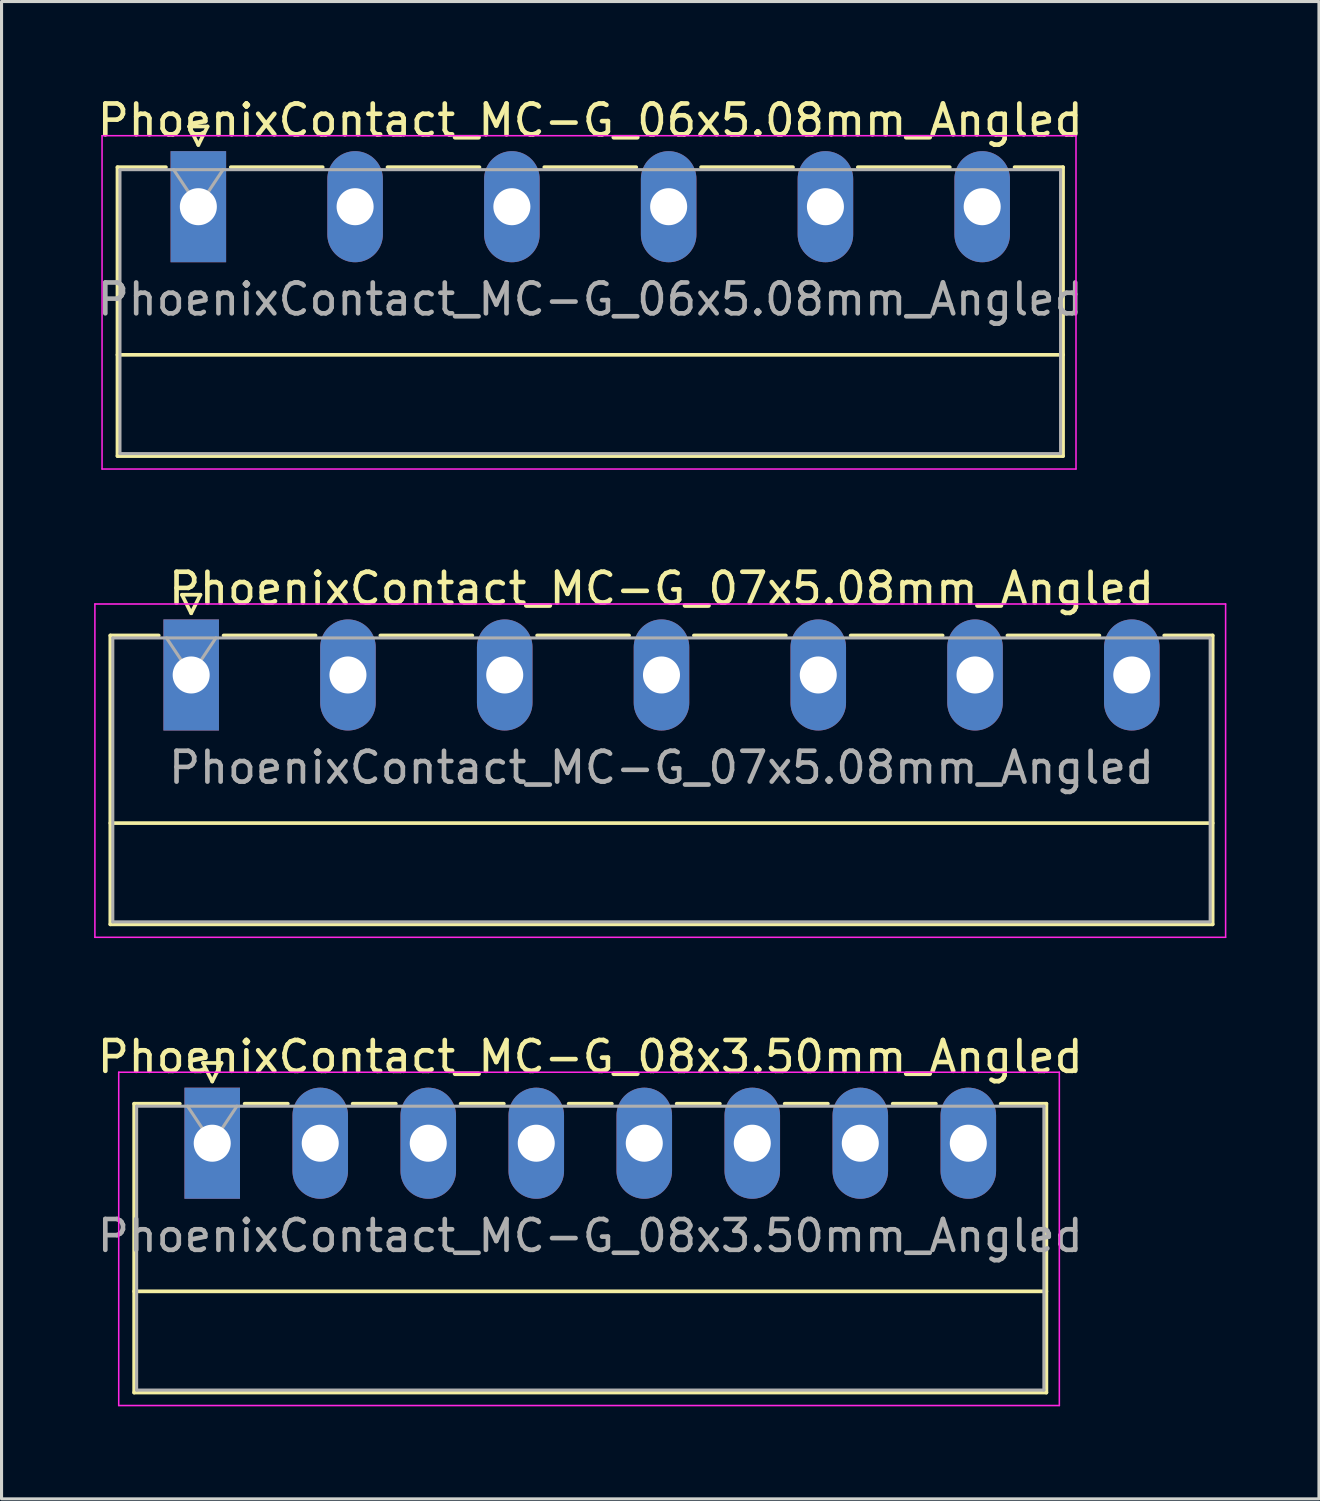
<source format=kicad_pcb>
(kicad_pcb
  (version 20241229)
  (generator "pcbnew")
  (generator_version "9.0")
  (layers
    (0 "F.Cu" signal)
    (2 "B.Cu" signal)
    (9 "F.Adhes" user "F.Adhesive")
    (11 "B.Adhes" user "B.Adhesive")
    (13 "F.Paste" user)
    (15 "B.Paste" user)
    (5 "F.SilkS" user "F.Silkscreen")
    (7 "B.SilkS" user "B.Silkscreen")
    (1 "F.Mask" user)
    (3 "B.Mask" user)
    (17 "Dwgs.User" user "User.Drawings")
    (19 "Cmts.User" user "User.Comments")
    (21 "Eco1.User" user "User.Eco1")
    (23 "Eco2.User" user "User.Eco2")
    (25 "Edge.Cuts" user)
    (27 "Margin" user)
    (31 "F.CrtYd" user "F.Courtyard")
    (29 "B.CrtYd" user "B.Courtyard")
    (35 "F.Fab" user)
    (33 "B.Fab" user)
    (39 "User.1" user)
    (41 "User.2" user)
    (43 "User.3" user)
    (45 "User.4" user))
  (footprint "PhoenixContact_MC-G_08x3.50mm_Angled"
    (layer "F.Cu")
    (at 3.827 33.995)
    (property "Reference" "PhoenixContact_MC-G_08x3.50mm_Angled" (at 12.25 -2.8 0) (layer "F.SilkS") (effects (font (size 1 1) (thickness 0.15))))
    (attr through_hole)
    (fp_line (start -2.53 -1.28) (end -2.53 8.08) (stroke (width 0.12) (type solid)) (layer "F.SilkS"))
    (fp_line (start -2.53 -1.28) (end -1.05 -1.28) (stroke (width 0.12) (type solid)) (layer "F.SilkS"))
    (fp_line (start -2.53 4.8) (end 27.03 4.8) (stroke (width 0.12) (type solid)) (layer "F.SilkS"))
    (fp_line (start -2.53 8.08) (end 27.03 8.08) (stroke (width 0.12) (type solid)) (layer "F.SilkS"))
    (fp_line (start -0.3 -2.6) (end 0.3 -2.6) (stroke (width 0.12) (type solid)) (layer "F.SilkS"))
    (fp_line (start 0 -2) (end -0.3 -2.6) (stroke (width 0.12) (type solid)) (layer "F.SilkS"))
    (fp_line (start 0.3 -2.6) (end 0 -2) (stroke (width 0.12) (type solid)) (layer "F.SilkS"))
    (fp_line (start 1.05 -1.28) (end 2.45 -1.28) (stroke (width 0.12) (type solid)) (layer "F.SilkS"))
    (fp_line (start 4.55 -1.28) (end 5.95 -1.28) (stroke (width 0.12) (type solid)) (layer "F.SilkS"))
    (fp_line (start 8.05 -1.28) (end 9.45 -1.28) (stroke (width 0.12) (type solid)) (layer "F.SilkS"))
    (fp_line (start 11.55 -1.28) (end 12.95 -1.28) (stroke (width 0.12) (type solid)) (layer "F.SilkS"))
    (fp_line (start 15.05 -1.28) (end 16.45 -1.28) (stroke (width 0.12) (type solid)) (layer "F.SilkS"))
    (fp_line (start 18.55 -1.28) (end 19.95 -1.28) (stroke (width 0.12) (type solid)) (layer "F.SilkS"))
    (fp_line (start 22.05 -1.28) (end 23.45 -1.28) (stroke (width 0.12) (type solid)) (layer "F.SilkS"))
    (fp_line (start 27.03 -1.28) (end 25.55 -1.28) (stroke (width 0.12) (type solid)) (layer "F.SilkS"))
    (fp_line (start 27.03 8.08) (end 27.03 -1.28) (stroke (width 0.12) (type solid)) (layer "F.SilkS"))
    (fp_line (start -3.03 -2.3) (end -3.03 8.5) (stroke (width 0.05) (type solid)) (layer "F.CrtYd"))
    (fp_line (start -3.03 8.5) (end 27.45 8.5) (stroke (width 0.05) (type solid)) (layer "F.CrtYd"))
    (fp_line (start 27.45 -2.3) (end -3.03 -2.3) (stroke (width 0.05) (type solid)) (layer "F.CrtYd"))
    (fp_line (start 27.45 8.5) (end 27.45 -2.3) (stroke (width 0.05) (type solid)) (layer "F.CrtYd"))
    (fp_line (start -2.45 -1.2) (end -2.45 8) (stroke (width 0.1) (type solid)) (layer "F.Fab"))
    (fp_line (start -2.45 8) (end 26.95 8) (stroke (width 0.1) (type solid)) (layer "F.Fab"))
    (fp_line (start 0 0) (end -0.8 -1.2) (stroke (width 0.1) (type solid)) (layer "F.Fab"))
    (fp_line (start 0.8 -1.2) (end 0 0) (stroke (width 0.1) (type solid)) (layer "F.Fab"))
    (fp_line (start 26.95 -1.2) (end -2.45 -1.2) (stroke (width 0.1) (type solid)) (layer "F.Fab"))
    (fp_line (start 26.95 8) (end 26.95 -1.2) (stroke (width 0.1) (type solid)) (layer "F.Fab"))
    (fp_text user "${REFERENCE}" (at 12.25 3 0) (layer "F.Fab") (effects (font (size 1 1) (thickness 0.15))))
    (pad "1" thru_hole rect (at 0 0) (size 1.8 3.6) (drill 1.2) (layers "*.Cu" "*.Mask"))
    (pad "2" thru_hole oval (at 3.5 0) (size 1.8 3.6) (drill 1.2) (layers "*.Cu" "*.Mask"))
    (pad "3" thru_hole oval (at 7 0) (size 1.8 3.6) (drill 1.2) (layers "*.Cu" "*.Mask"))
    (pad "4" thru_hole oval (at 10.5 0) (size 1.8 3.6) (drill 1.2) (layers "*.Cu" "*.Mask"))
    (pad "5" thru_hole oval (at 14 0) (size 1.8 3.6) (drill 1.2) (layers "*.Cu" "*.Mask"))
    (pad "6" thru_hole oval (at 17.5 0) (size 1.8 3.6) (drill 1.2) (layers "*.Cu" "*.Mask"))
    (pad "7" thru_hole oval (at 21 0) (size 1.8 3.6) (drill 1.2) (layers "*.Cu" "*.Mask"))
    (pad "8" thru_hole oval (at 24.5 0) (size 1.8 3.6) (drill 1.2) (layers "*.Cu" "*.Mask")))
  (footprint "PhoenixContact_MC-G_07x5.08mm_Angled"
    (layer "F.Cu")
    (at 3.145 18.822)
    (property "Reference" "PhoenixContact_MC-G_07x5.08mm_Angled" (at 15.24 -2.8 0) (layer "F.SilkS") (effects (font (size 1 1) (thickness 0.15))))
    (attr through_hole)
    (fp_line (start -2.62 -1.28) (end -2.62 8.08) (stroke (width 0.12) (type solid)) (layer "F.SilkS"))
    (fp_line (start -2.62 -1.28) (end -1.05 -1.28) (stroke (width 0.12) (type solid)) (layer "F.SilkS"))
    (fp_line (start -2.62 4.8) (end 33.1 4.8) (stroke (width 0.12) (type solid)) (layer "F.SilkS"))
    (fp_line (start -2.62 8.08) (end 33.1 8.08) (stroke (width 0.12) (type solid)) (layer "F.SilkS"))
    (fp_line (start -0.3 -2.6) (end 0.3 -2.6) (stroke (width 0.12) (type solid)) (layer "F.SilkS"))
    (fp_line (start 0 -2) (end -0.3 -2.6) (stroke (width 0.12) (type solid)) (layer "F.SilkS"))
    (fp_line (start 0.3 -2.6) (end 0 -2) (stroke (width 0.12) (type solid)) (layer "F.SilkS"))
    (fp_line (start 1.05 -1.28) (end 4.03 -1.28) (stroke (width 0.12) (type solid)) (layer "F.SilkS"))
    (fp_line (start 6.13 -1.28) (end 9.11 -1.28) (stroke (width 0.12) (type solid)) (layer "F.SilkS"))
    (fp_line (start 11.21 -1.28) (end 14.19 -1.28) (stroke (width 0.12) (type solid)) (layer "F.SilkS"))
    (fp_line (start 16.29 -1.28) (end 19.27 -1.28) (stroke (width 0.12) (type solid)) (layer "F.SilkS"))
    (fp_line (start 21.37 -1.28) (end 24.35 -1.28) (stroke (width 0.12) (type solid)) (layer "F.SilkS"))
    (fp_line (start 26.45 -1.28) (end 29.43 -1.28) (stroke (width 0.12) (type solid)) (layer "F.SilkS"))
    (fp_line (start 33.1 -1.28) (end 31.53 -1.28) (stroke (width 0.12) (type solid)) (layer "F.SilkS"))
    (fp_line (start 33.1 8.08) (end 33.1 -1.28) (stroke (width 0.12) (type solid)) (layer "F.SilkS"))
    (fp_line (start -3.12 -2.3) (end -3.12 8.5) (stroke (width 0.05) (type solid)) (layer "F.CrtYd"))
    (fp_line (start -3.12 8.5) (end 33.52 8.5) (stroke (width 0.05) (type solid)) (layer "F.CrtYd"))
    (fp_line (start 33.52 -2.3) (end -3.12 -2.3) (stroke (width 0.05) (type solid)) (layer "F.CrtYd"))
    (fp_line (start 33.52 8.5) (end 33.52 -2.3) (stroke (width 0.05) (type solid)) (layer "F.CrtYd"))
    (fp_line (start -2.54 -1.2) (end -2.54 8) (stroke (width 0.1) (type solid)) (layer "F.Fab"))
    (fp_line (start -2.54 8) (end 33.02 8) (stroke (width 0.1) (type solid)) (layer "F.Fab"))
    (fp_line (start 0 0) (end -0.8 -1.2) (stroke (width 0.1) (type solid)) (layer "F.Fab"))
    (fp_line (start 0.8 -1.2) (end 0 0) (stroke (width 0.1) (type solid)) (layer "F.Fab"))
    (fp_line (start 33.02 -1.2) (end -2.54 -1.2) (stroke (width 0.1) (type solid)) (layer "F.Fab"))
    (fp_line (start 33.02 8) (end 33.02 -1.2) (stroke (width 0.1) (type solid)) (layer "F.Fab"))
    (fp_text user "${REFERENCE}" (at 15.24 3 0) (layer "F.Fab") (effects (font (size 1 1) (thickness 0.15))))
    (pad "1" thru_hole rect (at 0 0) (size 1.8 3.6) (drill 1.2) (layers "*.Cu" "*.Mask"))
    (pad "2" thru_hole oval (at 5.08 0) (size 1.8 3.6) (drill 1.2) (layers "*.Cu" "*.Mask"))
    (pad "3" thru_hole oval (at 10.16 0) (size 1.8 3.6) (drill 1.2) (layers "*.Cu" "*.Mask"))
    (pad "4" thru_hole oval (at 15.24 0) (size 1.8 3.6) (drill 1.2) (layers "*.Cu" "*.Mask"))
    (pad "5" thru_hole oval (at 20.32 0) (size 1.8 3.6) (drill 1.2) (layers "*.Cu" "*.Mask"))
    (pad "6" thru_hole oval (at 25.4 0) (size 1.8 3.6) (drill 1.2) (layers "*.Cu" "*.Mask"))
    (pad "7" thru_hole oval (at 30.48 0) (size 1.8 3.6) (drill 1.2) (layers "*.Cu" "*.Mask")))
  (footprint "PhoenixContact_MC-G_06x5.08mm_Angled"
    (layer "F.Cu")
    (at 3.377 3.648)
    (property "Reference" "PhoenixContact_MC-G_06x5.08mm_Angled" (at 12.7 -2.8 0) (layer "F.SilkS") (effects (font (size 1 1) (thickness 0.15))))
    (attr through_hole)
    (fp_line (start -2.62 -1.28) (end -2.62 8.08) (stroke (width 0.12) (type solid)) (layer "F.SilkS"))
    (fp_line (start -2.62 -1.28) (end -1.05 -1.28) (stroke (width 0.12) (type solid)) (layer "F.SilkS"))
    (fp_line (start -2.62 4.8) (end 28.02 4.8) (stroke (width 0.12) (type solid)) (layer "F.SilkS"))
    (fp_line (start -2.62 8.08) (end 28.02 8.08) (stroke (width 0.12) (type solid)) (layer "F.SilkS"))
    (fp_line (start -0.3 -2.6) (end 0.3 -2.6) (stroke (width 0.12) (type solid)) (layer "F.SilkS"))
    (fp_line (start 0 -2) (end -0.3 -2.6) (stroke (width 0.12) (type solid)) (layer "F.SilkS"))
    (fp_line (start 0.3 -2.6) (end 0 -2) (stroke (width 0.12) (type solid)) (layer "F.SilkS"))
    (fp_line (start 1.05 -1.28) (end 4.03 -1.28) (stroke (width 0.12) (type solid)) (layer "F.SilkS"))
    (fp_line (start 6.13 -1.28) (end 9.11 -1.28) (stroke (width 0.12) (type solid)) (layer "F.SilkS"))
    (fp_line (start 11.21 -1.28) (end 14.19 -1.28) (stroke (width 0.12) (type solid)) (layer "F.SilkS"))
    (fp_line (start 16.29 -1.28) (end 19.27 -1.28) (stroke (width 0.12) (type solid)) (layer "F.SilkS"))
    (fp_line (start 21.37 -1.28) (end 24.35 -1.28) (stroke (width 0.12) (type solid)) (layer "F.SilkS"))
    (fp_line (start 28.02 -1.28) (end 26.45 -1.28) (stroke (width 0.12) (type solid)) (layer "F.SilkS"))
    (fp_line (start 28.02 8.08) (end 28.02 -1.28) (stroke (width 0.12) (type solid)) (layer "F.SilkS"))
    (fp_line (start -3.12 -2.3) (end -3.12 8.5) (stroke (width 0.05) (type solid)) (layer "F.CrtYd"))
    (fp_line (start -3.12 8.5) (end 28.44 8.5) (stroke (width 0.05) (type solid)) (layer "F.CrtYd"))
    (fp_line (start 28.44 -2.3) (end -3.12 -2.3) (stroke (width 0.05) (type solid)) (layer "F.CrtYd"))
    (fp_line (start 28.44 8.5) (end 28.44 -2.3) (stroke (width 0.05) (type solid)) (layer "F.CrtYd"))
    (fp_line (start -2.54 -1.2) (end -2.54 8) (stroke (width 0.1) (type solid)) (layer "F.Fab"))
    (fp_line (start -2.54 8) (end 27.94 8) (stroke (width 0.1) (type solid)) (layer "F.Fab"))
    (fp_line (start 0 0) (end -0.8 -1.2) (stroke (width 0.1) (type solid)) (layer "F.Fab"))
    (fp_line (start 0.8 -1.2) (end 0 0) (stroke (width 0.1) (type solid)) (layer "F.Fab"))
    (fp_line (start 27.94 -1.2) (end -2.54 -1.2) (stroke (width 0.1) (type solid)) (layer "F.Fab"))
    (fp_line (start 27.94 8) (end 27.94 -1.2) (stroke (width 0.1) (type solid)) (layer "F.Fab"))
    (fp_text user "${REFERENCE}" (at 12.7 3 0) (layer "F.Fab") (effects (font (size 1 1) (thickness 0.15))))
    (pad "1" thru_hole rect (at 0 0) (size 1.8 3.6) (drill 1.2) (layers "*.Cu" "*.Mask"))
    (pad "2" thru_hole oval (at 5.08 0) (size 1.8 3.6) (drill 1.2) (layers "*.Cu" "*.Mask"))
    (pad "3" thru_hole oval (at 10.16 0) (size 1.8 3.6) (drill 1.2) (layers "*.Cu" "*.Mask"))
    (pad "4" thru_hole oval (at 15.24 0) (size 1.8 3.6) (drill 1.2) (layers "*.Cu" "*.Mask"))
    (pad "5" thru_hole oval (at 20.32 0) (size 1.8 3.6) (drill 1.2) (layers "*.Cu" "*.Mask"))
    (pad "6" thru_hole oval (at 25.4 0) (size 1.8 3.6) (drill 1.2) (layers "*.Cu" "*.Mask")))
  (gr_rect
    (start -3 -3)
    (end 39.69 45.52)
    (stroke (width 0.1) (type default))
    (fill no)
    (layer "Edge.Cuts")))
</source>
